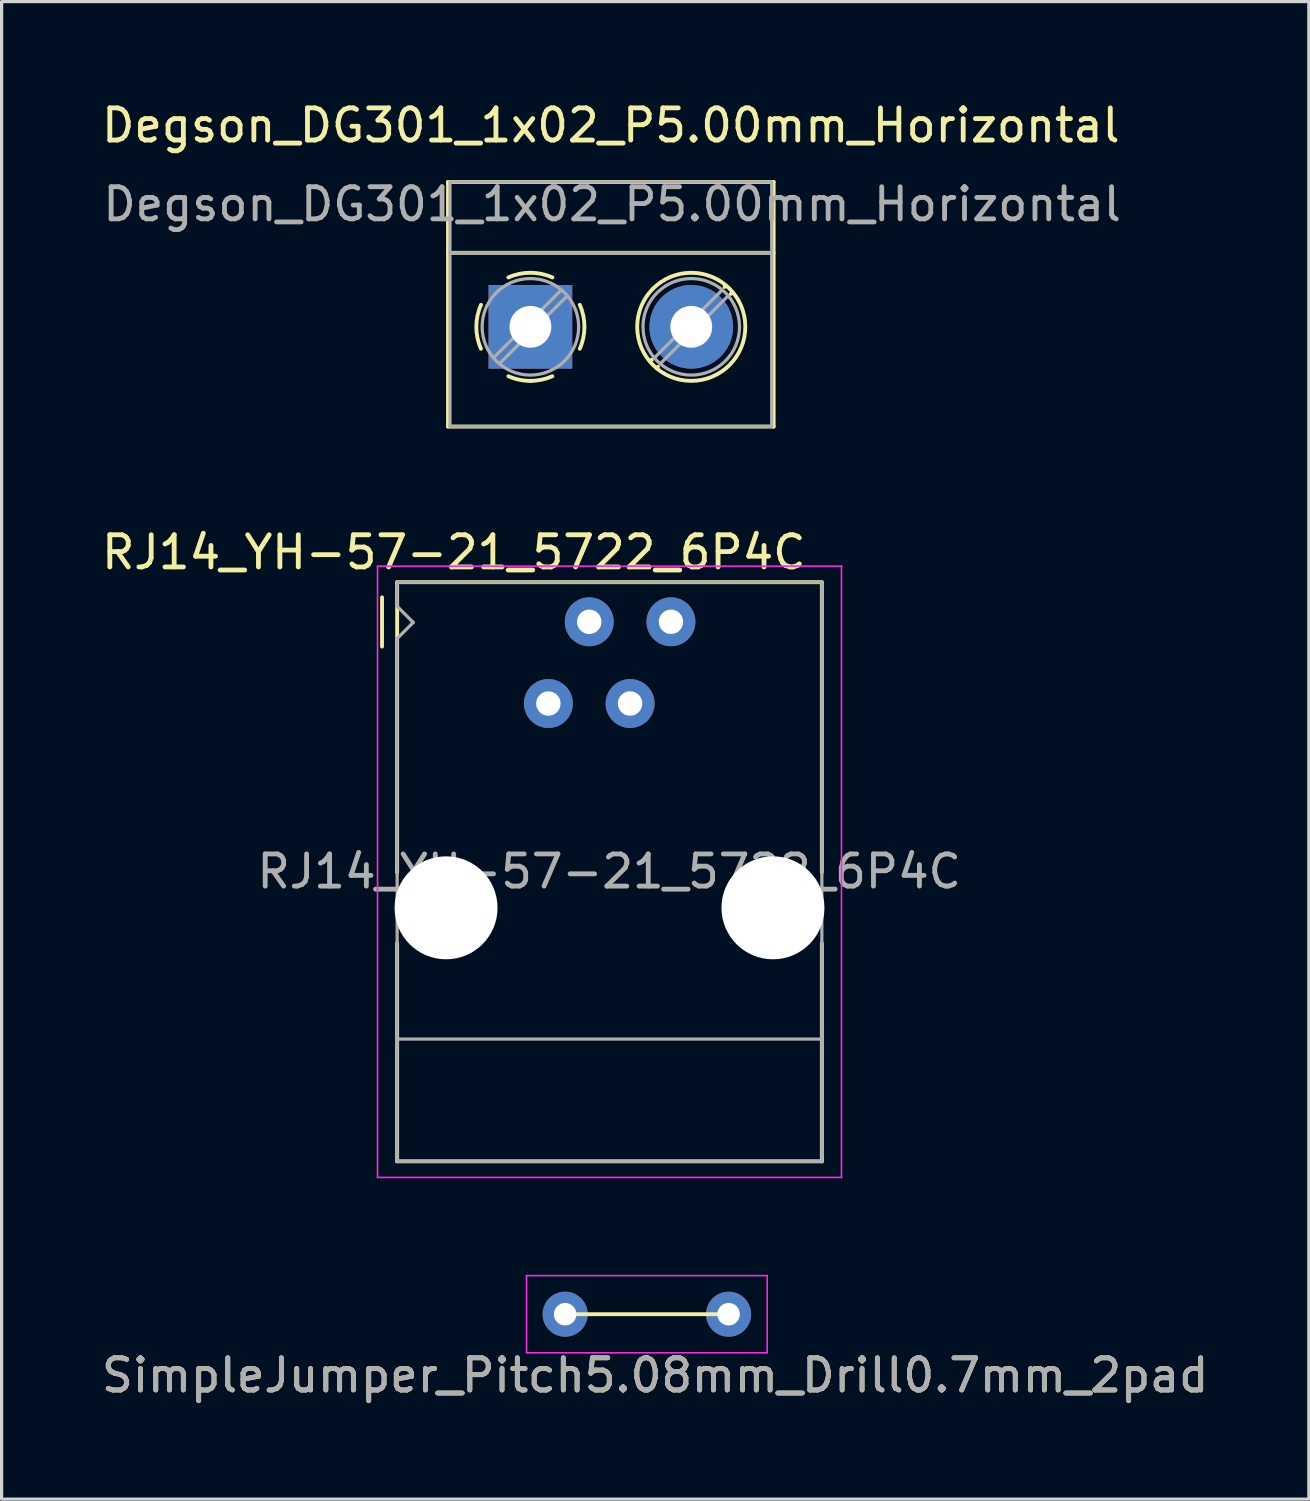
<source format=kicad_pcb>
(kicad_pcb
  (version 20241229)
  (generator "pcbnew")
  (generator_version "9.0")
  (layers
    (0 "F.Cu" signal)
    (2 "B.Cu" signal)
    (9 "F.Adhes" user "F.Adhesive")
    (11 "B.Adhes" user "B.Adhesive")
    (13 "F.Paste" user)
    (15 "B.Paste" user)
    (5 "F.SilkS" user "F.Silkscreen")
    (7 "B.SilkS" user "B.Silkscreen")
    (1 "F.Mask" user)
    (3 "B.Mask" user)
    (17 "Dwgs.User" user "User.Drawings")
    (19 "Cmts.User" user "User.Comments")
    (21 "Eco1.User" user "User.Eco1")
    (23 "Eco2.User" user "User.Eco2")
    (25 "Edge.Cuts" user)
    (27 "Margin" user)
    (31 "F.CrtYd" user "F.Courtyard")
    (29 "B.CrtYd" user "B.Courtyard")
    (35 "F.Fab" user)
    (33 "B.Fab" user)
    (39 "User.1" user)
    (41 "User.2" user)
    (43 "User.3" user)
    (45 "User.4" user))
  (footprint "SimpleJumper_Pitch5.08mm_Drill0.7mm_2pad"
    (layer "F.Cu")
    (at 14.515 37.797)
    (property "Reference" "SimpleJumper_Pitch5.08mm_Drill0.7mm_2pad" (at 2.8 1.9 0) (layer "F.SilkS") (effects (font (size 1 1) (thickness 0.15))))
    (attr through_hole)
    (fp_line (start 5.08 0) (end 0 0) (stroke (width 0.12) (type solid)) (layer "F.SilkS"))
    (fp_line (start -1.2 -1.2) (end -1.2 1.2) (stroke (width 0.05) (type solid)) (layer "F.CrtYd"))
    (fp_line (start -1.2 -1.2) (end 6.28 -1.2) (stroke (width 0.05) (type solid)) (layer "F.CrtYd"))
    (fp_line (start 6.28 1.2) (end -1.2 1.2) (stroke (width 0.05) (type solid)) (layer "F.CrtYd"))
    (fp_line (start 6.28 1.2) (end 6.28 -1.2) (stroke (width 0.05) (type solid)) (layer "F.CrtYd"))
    (fp_text user "${REFERENCE}" (at 2.8 1.9 0) (layer "F.Fab") (effects (font (size 1 1) (thickness 0.15))))
    (pad "1" thru_hole circle (at 0 0) (size 1.4 1.4) (drill 0.7) (layers "*.Cu" "*.Mask"))
    (pad "2" thru_hole circle (at 5.08 0) (size 1.4 1.4) (drill 0.7) (layers "*.Cu" "*.Mask")))
  (footprint "RJ14_YH-57-21_5722_6P4C"
    (layer "F.Cu")
    (at 12.724 16.276)
    (property "Reference" "RJ14_YH-57-21_5722_6P4C" (at -1.67 -2.16 0) (layer "F.SilkS") (effects (font (size 1 1) (thickness 0.15))))
    (attr through_hole)
    (fp_line (start -3.9 0.77) (end -3.9 -0.76) (stroke (width 0.12) (type solid)) (layer "F.SilkS"))
    (fp_line (start -3.43 -1.23) (end 9.77 -1.23) (stroke (width 0.12) (type solid)) (layer "F.SilkS"))
    (fp_line (start -3.43 7.72) (end -3.43 7.79) (stroke (width 0.1) (type solid)) (layer "F.SilkS"))
    (fp_line (start -3.43 7.79) (end -3.43 -1.23) (stroke (width 0.12) (type solid)) (layer "F.SilkS"))
    (fp_line (start -3.43 16.77) (end -3.43 9.99) (stroke (width 0.12) (type solid)) (layer "F.SilkS"))
    (fp_line (start 9.77 -1.23) (end 9.77 7.79) (stroke (width 0.12) (type solid)) (layer "F.SilkS"))
    (fp_line (start 9.77 16.65) (end 9.77 16.77) (stroke (width 0.1) (type solid)) (layer "F.SilkS"))
    (fp_line (start 9.77 16.76) (end 9.77 16.77) (stroke (width 0.1) (type solid)) (layer "F.SilkS"))
    (fp_line (start 9.77 16.77) (end -3.43 16.77) (stroke (width 0.12) (type solid)) (layer "F.SilkS"))
    (fp_line (start 9.77 16.77) (end 9.77 9.99) (stroke (width 0.12) (type solid)) (layer "F.SilkS"))
    (fp_line (start -4.04 -1.73) (end 10.38 -1.73) (stroke (width 0.05) (type solid)) (layer "F.CrtYd"))
    (fp_line (start -4.04 17.27) (end -4.04 -1.73) (stroke (width 0.05) (type solid)) (layer "F.CrtYd"))
    (fp_line (start 10.38 -1.73) (end 10.38 17.27) (stroke (width 0.05) (type solid)) (layer "F.CrtYd"))
    (fp_line (start 10.38 17.27) (end -4.04 17.27) (stroke (width 0.05) (type solid)) (layer "F.CrtYd"))
    (fp_line (start -3.43 -1.23) (end 9.77 -1.23) (stroke (width 0.1) (type solid)) (layer "F.Fab"))
    (fp_line (start -3.43 -0.48) (end -3.43 -1.23) (stroke (width 0.1) (type solid)) (layer "F.Fab"))
    (fp_line (start -3.43 0.52) (end -2.93 0.02) (stroke (width 0.1) (type solid)) (layer "F.Fab"))
    (fp_line (start -3.43 16.77) (end -3.43 0.52) (stroke (width 0.1) (type solid)) (layer "F.Fab"))
    (fp_line (start -2.93 0.02) (end -3.43 -0.48) (stroke (width 0.1) (type solid)) (layer "F.Fab"))
    (fp_line (start 9.77 -1.23) (end 9.77 16.77) (stroke (width 0.1) (type solid)) (layer "F.Fab"))
    (fp_line (start 9.77 12.97) (end -3.43 12.97) (stroke (width 0.1) (type solid)) (layer "F.Fab"))
    (fp_line (start 9.77 16.77) (end -3.43 16.77) (stroke (width 0.1) (type solid)) (layer "F.Fab"))
    (fp_text user "${REFERENCE}" (at 3.16 7.76 0) (layer "F.Fab") (effects (font (size 1 1) (thickness 0.15))))
    (pad "" np_thru_hole circle (at -1.91 8.89) (size 3.2 3.2) (drill 3.2) (layers "*.Cu" "*.Mask"))
    (pad "" np_thru_hole circle (at 8.25 8.89) (size 3.2 3.2) (drill 3.2) (layers "*.Cu" "*.Mask"))
    (pad "1" thru_hole circle (at 1.27 2.54) (size 1.52 1.52) (drill 0.76) (layers "*.Cu" "*.Mask"))
    (pad "2" thru_hole circle (at 2.54 0) (size 1.52 1.52) (drill 0.76) (layers "*.Cu" "*.Mask"))
    (pad "3" thru_hole circle (at 3.81 2.54) (size 1.52 1.52) (drill 0.76) (layers "*.Cu" "*.Mask"))
    (pad "4" thru_hole circle (at 5.08 0) (size 1.52 1.52) (drill 0.76) (layers "*.Cu" "*.Mask")))
  (footprint "Degson_DG301_1x02_P5.00mm_Horizontal"
    (layer "F.Cu")
    (at 13.435 7.108)
    (property "Reference" "Degson_DG301_1x02_P5.00mm_Horizontal" (at 2.5 -6.26 0) (layer "F.SilkS") (effects (font (size 1 1) (thickness 0.15))))
    (attr through_hole)
    (fp_line (start -2.56 -4.5) (end -2.56 3.1) (stroke (width 0.12) (type solid)) (layer "F.SilkS"))
    (fp_line (start -2.56 -4.5) (end 7.56 -4.5) (stroke (width 0.12) (type solid)) (layer "F.SilkS"))
    (fp_line (start -2.56 -2.301) (end 7.56 -2.301) (stroke (width 0.12) (type solid)) (layer "F.SilkS"))
    (fp_line (start -2.56 3.1) (end 7.56 3.1) (stroke (width 0.12) (type solid)) (layer "F.SilkS"))
    (fp_line (start 3.773 1.023) (end 3.726 1.069) (stroke (width 0.12) (type solid)) (layer "F.SilkS"))
    (fp_line (start 3.966 1.239) (end 3.931 1.274) (stroke (width 0.12) (type solid)) (layer "F.SilkS"))
    (fp_line (start 6.07 -1.275) (end 6.035 -1.239) (stroke (width 0.12) (type solid)) (layer "F.SilkS"))
    (fp_line (start 6.275 -1.069) (end 6.228 -1.023) (stroke (width 0.12) (type solid)) (layer "F.SilkS"))
    (fp_line (start 7.56 -4.5) (end 7.56 3.1) (stroke (width 0.12) (type solid)) (layer "F.SilkS"))
    (fp_arc (start -1.535427 0.683042) (mid -1.680501 -0.000524) (end -1.535 -0.684) (stroke (width 0.12) (type solid)) (layer "F.SilkS"))
    (fp_arc (start -0.683042 -1.535427) (mid 0.000524 -1.680501) (end 0.684 -1.535) (stroke (width 0.12) (type solid)) (layer "F.SilkS"))
    (fp_arc (start 0.028805 1.680253) (mid -0.335551 1.646659) (end -0.684 1.535) (stroke (width 0.12) (type solid)) (layer "F.SilkS"))
    (fp_arc (start 0.683318 1.534756) (mid 0.349292 1.643288) (end 0 1.68) (stroke (width 0.12) (type solid)) (layer "F.SilkS"))
    (fp_arc (start 1.535427 -0.683042) (mid 1.680501 0.000524) (end 1.535 0.684) (stroke (width 0.12) (type solid)) (layer "F.SilkS"))
    (fp_circle (center 5 0) (end 6.68 0) (stroke (width 0.12) (type solid)) (fill no) (layer "F.SilkS"))
    (fp_line (start -2.5 -4.5) (end 7.5 -4.5) (stroke (width 0.1) (type solid)) (layer "F.Fab"))
    (fp_line (start -2.5 -2.3) (end 7.5 -2.3) (stroke (width 0.1) (type solid)) (layer "F.Fab"))
    (fp_line (start -2.5 3.1) (end -2.5 -4.5) (stroke (width 0.1) (type solid)) (layer "F.Fab"))
    (fp_line (start -2.5 3.1) (end 7.5 3.1) (stroke (width 0.1) (type solid)) (layer "F.Fab"))
    (fp_line (start 0.955 -1.138) (end -1.138 0.955) (stroke (width 0.1) (type solid)) (layer "F.Fab"))
    (fp_line (start 1.138 -0.955) (end -0.955 1.138) (stroke (width 0.1) (type solid)) (layer "F.Fab"))
    (fp_line (start 5.955 -1.138) (end 3.863 0.955) (stroke (width 0.1) (type solid)) (layer "F.Fab"))
    (fp_line (start 6.138 -0.955) (end 4.046 1.138) (stroke (width 0.1) (type solid)) (layer "F.Fab"))
    (fp_line (start 7.5 -4.5) (end 7.5 3.1) (stroke (width 0.1) (type solid)) (layer "F.Fab"))
    (fp_circle (center 0 0) (end 1.5 0) (stroke (width 0.1) (type solid)) (fill no) (layer "F.Fab"))
    (fp_circle (center 5 0) (end 6.5 0) (stroke (width 0.1) (type solid)) (fill no) (layer "F.Fab"))
    (fp_text user "${REFERENCE}" (at 2.54 -3.81 0) (layer "F.Fab") (effects (font (size 1 1) (thickness 0.15))))
    (pad "1" thru_hole rect (at 0 0) (size 2.6 2.6) (drill 1.3) (layers "*.Cu" "*.Mask"))
    (pad "2" thru_hole circle (at 5 0) (size 2.6 2.6) (drill 1.3) (layers "*.Cu" "*.Mask")))
  (gr_rect
    (start -3 -3)
    (end 37.631 43.545)
    (stroke (width 0.1) (type default))
    (fill no)
    (layer "Edge.Cuts")))
</source>
